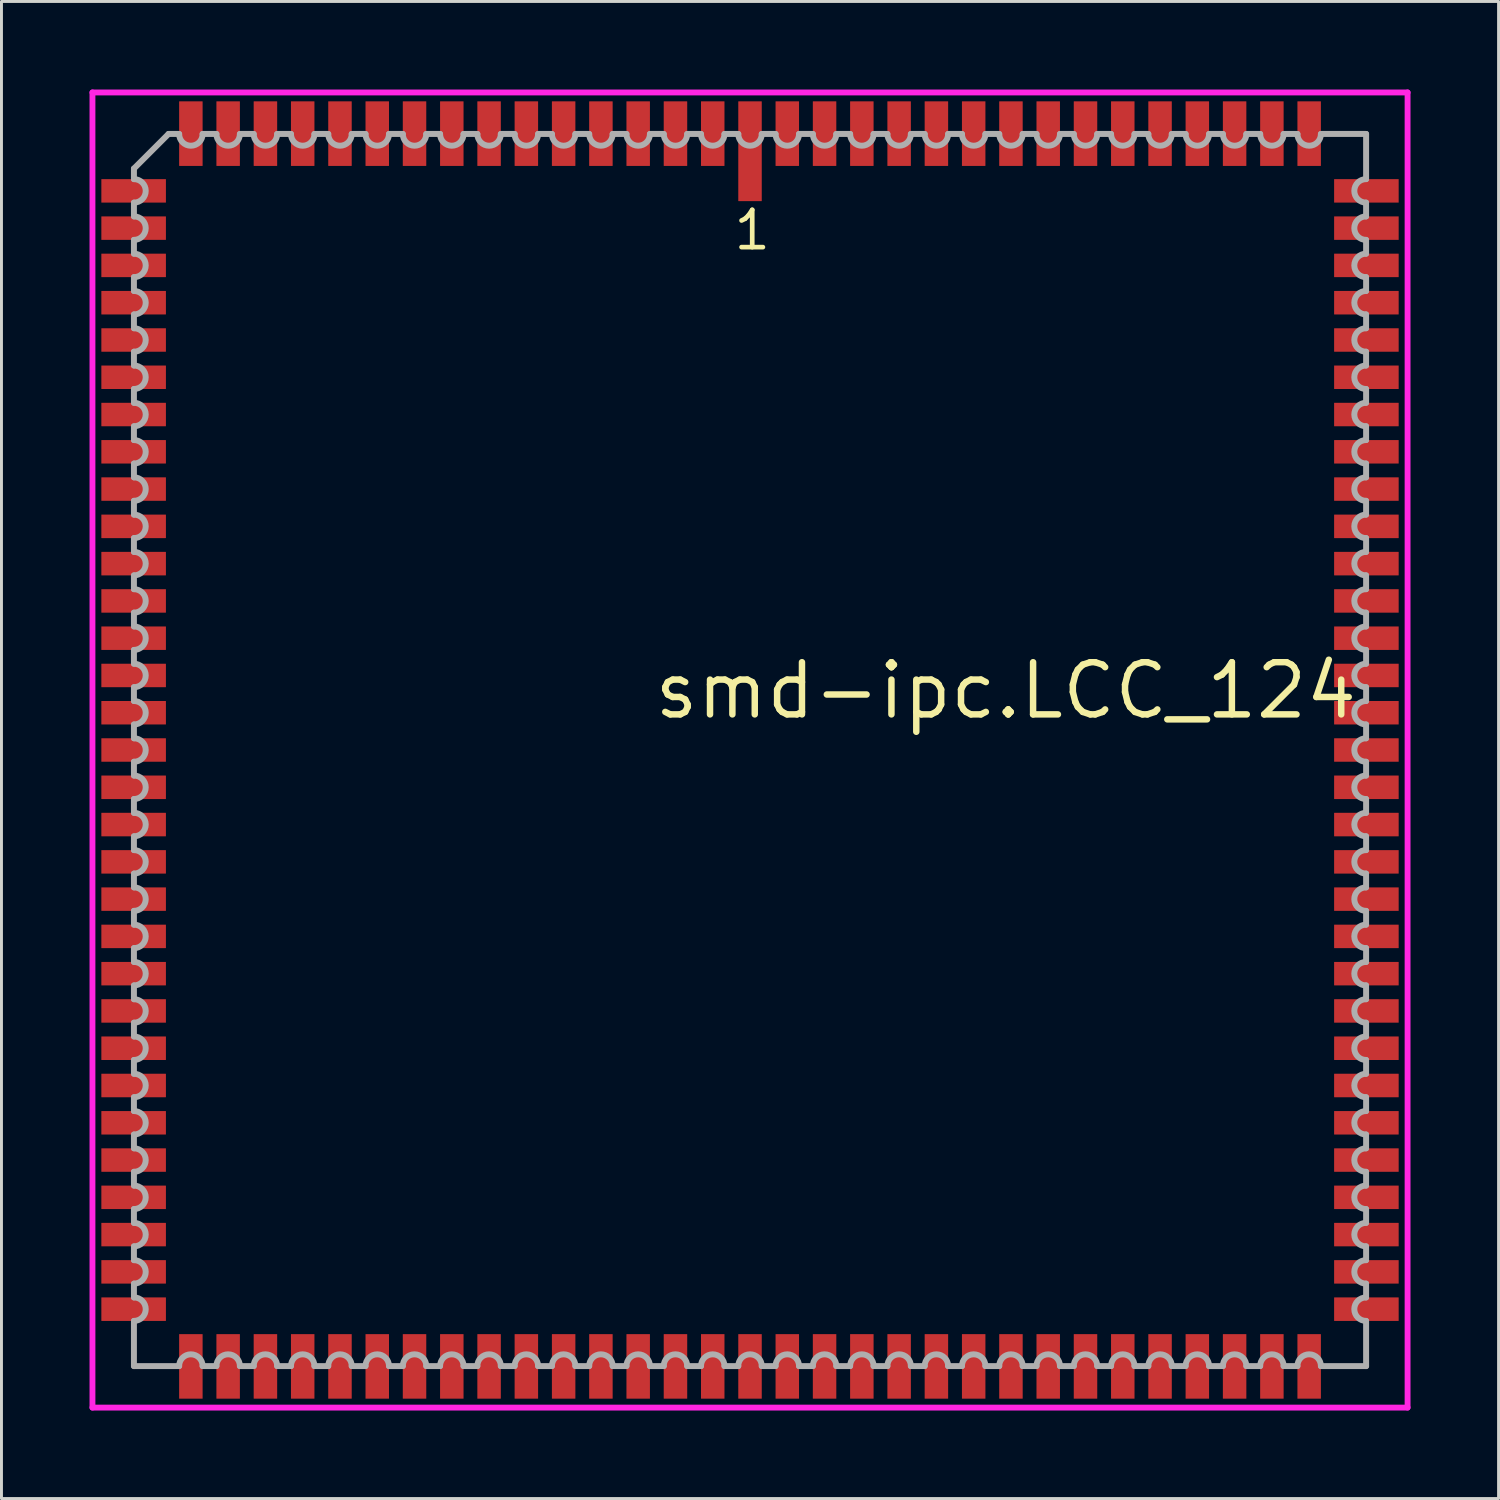
<source format=kicad_pcb>
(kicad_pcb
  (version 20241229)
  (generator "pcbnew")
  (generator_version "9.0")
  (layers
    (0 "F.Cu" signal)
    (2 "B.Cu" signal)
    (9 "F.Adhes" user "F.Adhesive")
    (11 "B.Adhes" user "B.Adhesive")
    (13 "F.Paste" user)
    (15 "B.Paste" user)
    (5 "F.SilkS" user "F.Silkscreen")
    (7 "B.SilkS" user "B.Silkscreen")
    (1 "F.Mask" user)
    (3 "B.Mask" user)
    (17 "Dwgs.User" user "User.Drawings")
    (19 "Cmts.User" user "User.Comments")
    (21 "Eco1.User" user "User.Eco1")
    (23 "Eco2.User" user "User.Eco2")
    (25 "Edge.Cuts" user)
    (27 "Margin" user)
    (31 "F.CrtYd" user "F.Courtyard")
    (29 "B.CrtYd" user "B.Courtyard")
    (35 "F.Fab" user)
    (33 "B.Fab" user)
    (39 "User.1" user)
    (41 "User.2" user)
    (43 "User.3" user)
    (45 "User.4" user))
  (footprint "smd-ipc.LCC_124"
    (layer "F.Cu")
    (at 22.503 22.503)
    (property "Reference" "smd-ipc.LCC_124" (at -3.37 -0.985 0) (layer "F.SilkS") (effects (font (size 1.778 1.778) (thickness 0.22)) (justify left bottom)))
    (attr smd)
    (fp_line (start -22.403 -22.403) (end 22.403 -22.403) (stroke (width 0.2) (type default)) (layer "F.CrtYd"))
    (fp_line (start -22.403 22.403) (end -22.403 -22.403) (stroke (width 0.2) (type default)) (layer "F.CrtYd"))
    (fp_line (start 22.403 -22.403) (end 22.403 22.403) (stroke (width 0.2) (type default)) (layer "F.CrtYd"))
    (fp_line (start 22.403 22.403) (end -22.403 22.403) (stroke (width 0.2) (type default)) (layer "F.CrtYd"))
    (fp_line (start -20.99 -19.81) (end -20.99 -19.45) (stroke (width 0.203) (type default)) (layer "F.Fab"))
    (fp_line (start -20.99 -18.65) (end -20.99 -18.18) (stroke (width 0.203) (type default)) (layer "F.Fab"))
    (fp_line (start -20.99 -17.38) (end -20.99 -16.91) (stroke (width 0.203) (type default)) (layer "F.Fab"))
    (fp_line (start -20.99 -16.11) (end -20.99 -15.64) (stroke (width 0.203) (type default)) (layer "F.Fab"))
    (fp_line (start -20.99 -14.84) (end -20.99 -14.37) (stroke (width 0.203) (type default)) (layer "F.Fab"))
    (fp_line (start -20.99 -13.57) (end -20.99 -13.1) (stroke (width 0.203) (type default)) (layer "F.Fab"))
    (fp_line (start -20.99 -12.3) (end -20.99 -11.83) (stroke (width 0.203) (type default)) (layer "F.Fab"))
    (fp_line (start -20.99 -11.03) (end -20.99 -10.56) (stroke (width 0.203) (type default)) (layer "F.Fab"))
    (fp_line (start -20.99 -9.76) (end -20.99 -9.29) (stroke (width 0.203) (type default)) (layer "F.Fab"))
    (fp_line (start -20.99 -8.49) (end -20.99 -8.02) (stroke (width 0.203) (type default)) (layer "F.Fab"))
    (fp_line (start -20.99 -7.22) (end -20.99 -6.75) (stroke (width 0.203) (type default)) (layer "F.Fab"))
    (fp_line (start -20.99 -5.95) (end -20.99 -5.48) (stroke (width 0.203) (type default)) (layer "F.Fab"))
    (fp_line (start -20.99 -4.68) (end -20.99 -4.21) (stroke (width 0.203) (type default)) (layer "F.Fab"))
    (fp_line (start -20.99 -3.41) (end -20.99 -2.94) (stroke (width 0.203) (type default)) (layer "F.Fab"))
    (fp_line (start -20.99 -2.14) (end -20.99 -1.67) (stroke (width 0.203) (type default)) (layer "F.Fab"))
    (fp_line (start -20.99 -0.87) (end -20.99 -0.4) (stroke (width 0.203) (type default)) (layer "F.Fab"))
    (fp_line (start -20.99 0.4) (end -20.99 0.87) (stroke (width 0.203) (type default)) (layer "F.Fab"))
    (fp_line (start -20.99 1.67) (end -20.99 2.14) (stroke (width 0.203) (type default)) (layer "F.Fab"))
    (fp_line (start -20.99 2.94) (end -20.99 3.41) (stroke (width 0.203) (type default)) (layer "F.Fab"))
    (fp_line (start -20.99 4.21) (end -20.99 4.68) (stroke (width 0.203) (type default)) (layer "F.Fab"))
    (fp_line (start -20.99 5.48) (end -20.99 5.95) (stroke (width 0.203) (type default)) (layer "F.Fab"))
    (fp_line (start -20.99 6.75) (end -20.99 7.22) (stroke (width 0.203) (type default)) (layer "F.Fab"))
    (fp_line (start -20.99 8.02) (end -20.99 8.49) (stroke (width 0.203) (type default)) (layer "F.Fab"))
    (fp_line (start -20.99 9.29) (end -20.99 9.76) (stroke (width 0.203) (type default)) (layer "F.Fab"))
    (fp_line (start -20.99 10.56) (end -20.99 11.03) (stroke (width 0.203) (type default)) (layer "F.Fab"))
    (fp_line (start -20.99 11.83) (end -20.99 12.3) (stroke (width 0.203) (type default)) (layer "F.Fab"))
    (fp_line (start -20.99 13.1) (end -20.99 13.57) (stroke (width 0.203) (type default)) (layer "F.Fab"))
    (fp_line (start -20.99 14.37) (end -20.99 14.84) (stroke (width 0.203) (type default)) (layer "F.Fab"))
    (fp_line (start -20.99 15.64) (end -20.99 16.11) (stroke (width 0.203) (type default)) (layer "F.Fab"))
    (fp_line (start -20.99 16.91) (end -20.99 17.38) (stroke (width 0.203) (type default)) (layer "F.Fab"))
    (fp_line (start -20.99 18.18) (end -20.99 18.65) (stroke (width 0.203) (type default)) (layer "F.Fab"))
    (fp_line (start -20.99 19.45) (end -20.99 20.99) (stroke (width 0.203) (type default)) (layer "F.Fab"))
    (fp_line (start -20.99 20.99) (end -19.45 20.99) (stroke (width 0.203) (type default)) (layer "F.Fab"))
    (fp_line (start -19.81 -20.99) (end -20.99 -19.81) (stroke (width 0.203) (type default)) (layer "F.Fab"))
    (fp_line (start -19.45 -20.99) (end -19.81 -20.99) (stroke (width 0.203) (type default)) (layer "F.Fab"))
    (fp_line (start -18.65 20.99) (end -18.18 20.99) (stroke (width 0.203) (type default)) (layer "F.Fab"))
    (fp_line (start -18.18 -20.99) (end -18.65 -20.99) (stroke (width 0.203) (type default)) (layer "F.Fab"))
    (fp_line (start -17.38 20.99) (end -16.91 20.99) (stroke (width 0.203) (type default)) (layer "F.Fab"))
    (fp_line (start -16.91 -20.99) (end -17.38 -20.99) (stroke (width 0.203) (type default)) (layer "F.Fab"))
    (fp_line (start -16.11 20.99) (end -15.64 20.99) (stroke (width 0.203) (type default)) (layer "F.Fab"))
    (fp_line (start -15.64 -20.99) (end -16.11 -20.99) (stroke (width 0.203) (type default)) (layer "F.Fab"))
    (fp_line (start -14.84 20.99) (end -14.37 20.99) (stroke (width 0.203) (type default)) (layer "F.Fab"))
    (fp_line (start -14.37 -20.99) (end -14.84 -20.99) (stroke (width 0.203) (type default)) (layer "F.Fab"))
    (fp_line (start -13.57 20.99) (end -13.1 20.99) (stroke (width 0.203) (type default)) (layer "F.Fab"))
    (fp_line (start -13.1 -20.99) (end -13.57 -20.99) (stroke (width 0.203) (type default)) (layer "F.Fab"))
    (fp_line (start -12.3 20.99) (end -11.83 20.99) (stroke (width 0.203) (type default)) (layer "F.Fab"))
    (fp_line (start -11.83 -20.99) (end -12.3 -20.99) (stroke (width 0.203) (type default)) (layer "F.Fab"))
    (fp_line (start -11.03 20.99) (end -10.56 20.99) (stroke (width 0.203) (type default)) (layer "F.Fab"))
    (fp_line (start -10.56 -20.99) (end -11.03 -20.99) (stroke (width 0.203) (type default)) (layer "F.Fab"))
    (fp_line (start -9.76 20.99) (end -9.29 20.99) (stroke (width 0.203) (type default)) (layer "F.Fab"))
    (fp_line (start -9.29 -20.99) (end -9.76 -20.99) (stroke (width 0.203) (type default)) (layer "F.Fab"))
    (fp_line (start -8.49 20.99) (end -8.02 20.99) (stroke (width 0.203) (type default)) (layer "F.Fab"))
    (fp_line (start -8.02 -20.99) (end -8.49 -20.99) (stroke (width 0.203) (type default)) (layer "F.Fab"))
    (fp_line (start -7.22 20.99) (end -6.75 20.99) (stroke (width 0.203) (type default)) (layer "F.Fab"))
    (fp_line (start -6.75 -20.99) (end -7.22 -20.99) (stroke (width 0.203) (type default)) (layer "F.Fab"))
    (fp_line (start -5.95 20.99) (end -5.48 20.99) (stroke (width 0.203) (type default)) (layer "F.Fab"))
    (fp_line (start -5.48 -20.99) (end -5.95 -20.99) (stroke (width 0.203) (type default)) (layer "F.Fab"))
    (fp_line (start -4.68 20.99) (end -4.21 20.99) (stroke (width 0.203) (type default)) (layer "F.Fab"))
    (fp_line (start -4.21 -20.99) (end -4.68 -20.99) (stroke (width 0.203) (type default)) (layer "F.Fab"))
    (fp_line (start -3.41 20.99) (end -2.94 20.99) (stroke (width 0.203) (type default)) (layer "F.Fab"))
    (fp_line (start -2.94 -20.99) (end -3.41 -20.99) (stroke (width 0.203) (type default)) (layer "F.Fab"))
    (fp_line (start -2.14 20.99) (end -1.67 20.99) (stroke (width 0.203) (type default)) (layer "F.Fab"))
    (fp_line (start -1.67 -20.99) (end -2.14 -20.99) (stroke (width 0.203) (type default)) (layer "F.Fab"))
    (fp_line (start -0.87 20.99) (end -0.4 20.99) (stroke (width 0.203) (type default)) (layer "F.Fab"))
    (fp_line (start -0.4 -20.99) (end -0.87 -20.99) (stroke (width 0.203) (type default)) (layer "F.Fab"))
    (fp_line (start 0.4 20.99) (end 0.87 20.99) (stroke (width 0.203) (type default)) (layer "F.Fab"))
    (fp_line (start 0.87 -20.99) (end 0.4 -20.99) (stroke (width 0.203) (type default)) (layer "F.Fab"))
    (fp_line (start 1.67 20.99) (end 2.14 20.99) (stroke (width 0.203) (type default)) (layer "F.Fab"))
    (fp_line (start 2.14 -20.99) (end 1.67 -20.99) (stroke (width 0.203) (type default)) (layer "F.Fab"))
    (fp_line (start 2.94 20.99) (end 3.41 20.99) (stroke (width 0.203) (type default)) (layer "F.Fab"))
    (fp_line (start 3.41 -20.99) (end 2.94 -20.99) (stroke (width 0.203) (type default)) (layer "F.Fab"))
    (fp_line (start 4.21 20.99) (end 4.68 20.99) (stroke (width 0.203) (type default)) (layer "F.Fab"))
    (fp_line (start 4.68 -20.99) (end 4.21 -20.99) (stroke (width 0.203) (type default)) (layer "F.Fab"))
    (fp_line (start 5.48 20.99) (end 5.95 20.99) (stroke (width 0.203) (type default)) (layer "F.Fab"))
    (fp_line (start 5.95 -20.99) (end 5.48 -20.99) (stroke (width 0.203) (type default)) (layer "F.Fab"))
    (fp_line (start 6.75 20.99) (end 7.22 20.99) (stroke (width 0.203) (type default)) (layer "F.Fab"))
    (fp_line (start 7.22 -20.99) (end 6.75 -20.99) (stroke (width 0.203) (type default)) (layer "F.Fab"))
    (fp_line (start 8.02 20.99) (end 8.49 20.99) (stroke (width 0.203) (type default)) (layer "F.Fab"))
    (fp_line (start 8.49 -20.99) (end 8.02 -20.99) (stroke (width 0.203) (type default)) (layer "F.Fab"))
    (fp_line (start 9.29 20.99) (end 9.76 20.99) (stroke (width 0.203) (type default)) (layer "F.Fab"))
    (fp_line (start 9.76 -20.99) (end 9.29 -20.99) (stroke (width 0.203) (type default)) (layer "F.Fab"))
    (fp_line (start 10.56 20.99) (end 11.03 20.99) (stroke (width 0.203) (type default)) (layer "F.Fab"))
    (fp_line (start 11.03 -20.99) (end 10.56 -20.99) (stroke (width 0.203) (type default)) (layer "F.Fab"))
    (fp_line (start 11.83 20.99) (end 12.3 20.99) (stroke (width 0.203) (type default)) (layer "F.Fab"))
    (fp_line (start 12.3 -20.99) (end 11.83 -20.99) (stroke (width 0.203) (type default)) (layer "F.Fab"))
    (fp_line (start 13.1 20.99) (end 13.57 20.99) (stroke (width 0.203) (type default)) (layer "F.Fab"))
    (fp_line (start 13.57 -20.99) (end 13.1 -20.99) (stroke (width 0.203) (type default)) (layer "F.Fab"))
    (fp_line (start 14.37 20.99) (end 14.84 20.99) (stroke (width 0.203) (type default)) (layer "F.Fab"))
    (fp_line (start 14.84 -20.99) (end 14.37 -20.99) (stroke (width 0.203) (type default)) (layer "F.Fab"))
    (fp_line (start 15.64 20.99) (end 16.11 20.99) (stroke (width 0.203) (type default)) (layer "F.Fab"))
    (fp_line (start 16.11 -20.99) (end 15.64 -20.99) (stroke (width 0.203) (type default)) (layer "F.Fab"))
    (fp_line (start 16.91 20.99) (end 17.38 20.99) (stroke (width 0.203) (type default)) (layer "F.Fab"))
    (fp_line (start 17.38 -20.99) (end 16.91 -20.99) (stroke (width 0.203) (type default)) (layer "F.Fab"))
    (fp_line (start 18.18 20.99) (end 18.65 20.99) (stroke (width 0.203) (type default)) (layer "F.Fab"))
    (fp_line (start 18.65 -20.99) (end 18.18 -20.99) (stroke (width 0.203) (type default)) (layer "F.Fab"))
    (fp_line (start 19.45 20.99) (end 20.99 20.99) (stroke (width 0.203) (type default)) (layer "F.Fab"))
    (fp_line (start 20.99 -20.99) (end 19.45 -20.99) (stroke (width 0.203) (type default)) (layer "F.Fab"))
    (fp_line (start 20.99 -19.45) (end 20.99 -20.99) (stroke (width 0.203) (type default)) (layer "F.Fab"))
    (fp_line (start 20.99 -18.18) (end 20.99 -18.65) (stroke (width 0.203) (type default)) (layer "F.Fab"))
    (fp_line (start 20.99 -16.91) (end 20.99 -17.38) (stroke (width 0.203) (type default)) (layer "F.Fab"))
    (fp_line (start 20.99 -15.64) (end 20.99 -16.11) (stroke (width 0.203) (type default)) (layer "F.Fab"))
    (fp_line (start 20.99 -14.37) (end 20.99 -14.84) (stroke (width 0.203) (type default)) (layer "F.Fab"))
    (fp_line (start 20.99 -13.1) (end 20.99 -13.57) (stroke (width 0.203) (type default)) (layer "F.Fab"))
    (fp_line (start 20.99 -11.83) (end 20.99 -12.3) (stroke (width 0.203) (type default)) (layer "F.Fab"))
    (fp_line (start 20.99 -10.56) (end 20.99 -11.03) (stroke (width 0.203) (type default)) (layer "F.Fab"))
    (fp_line (start 20.99 -9.29) (end 20.99 -9.76) (stroke (width 0.203) (type default)) (layer "F.Fab"))
    (fp_line (start 20.99 -8.02) (end 20.99 -8.49) (stroke (width 0.203) (type default)) (layer "F.Fab"))
    (fp_line (start 20.99 -6.75) (end 20.99 -7.22) (stroke (width 0.203) (type default)) (layer "F.Fab"))
    (fp_line (start 20.99 -5.48) (end 20.99 -5.95) (stroke (width 0.203) (type default)) (layer "F.Fab"))
    (fp_line (start 20.99 -4.21) (end 20.99 -4.68) (stroke (width 0.203) (type default)) (layer "F.Fab"))
    (fp_line (start 20.99 -2.94) (end 20.99 -3.41) (stroke (width 0.203) (type default)) (layer "F.Fab"))
    (fp_line (start 20.99 -1.67) (end 20.99 -2.14) (stroke (width 0.203) (type default)) (layer "F.Fab"))
    (fp_line (start 20.99 -0.4) (end 20.99 -0.87) (stroke (width 0.203) (type default)) (layer "F.Fab"))
    (fp_line (start 20.99 0.87) (end 20.99 0.4) (stroke (width 0.203) (type default)) (layer "F.Fab"))
    (fp_line (start 20.99 2.14) (end 20.99 1.67) (stroke (width 0.203) (type default)) (layer "F.Fab"))
    (fp_line (start 20.99 3.41) (end 20.99 2.94) (stroke (width 0.203) (type default)) (layer "F.Fab"))
    (fp_line (start 20.99 4.68) (end 20.99 4.21) (stroke (width 0.203) (type default)) (layer "F.Fab"))
    (fp_line (start 20.99 5.95) (end 20.99 5.48) (stroke (width 0.203) (type default)) (layer "F.Fab"))
    (fp_line (start 20.99 7.22) (end 20.99 6.75) (stroke (width 0.203) (type default)) (layer "F.Fab"))
    (fp_line (start 20.99 8.49) (end 20.99 8.02) (stroke (width 0.203) (type default)) (layer "F.Fab"))
    (fp_line (start 20.99 9.76) (end 20.99 9.29) (stroke (width 0.203) (type default)) (layer "F.Fab"))
    (fp_line (start 20.99 11.03) (end 20.99 10.56) (stroke (width 0.203) (type default)) (layer "F.Fab"))
    (fp_line (start 20.99 12.3) (end 20.99 11.83) (stroke (width 0.203) (type default)) (layer "F.Fab"))
    (fp_line (start 20.99 13.57) (end 20.99 13.1) (stroke (width 0.203) (type default)) (layer "F.Fab"))
    (fp_line (start 20.99 14.84) (end 20.99 14.37) (stroke (width 0.203) (type default)) (layer "F.Fab"))
    (fp_line (start 20.99 16.11) (end 20.99 15.64) (stroke (width 0.203) (type default)) (layer "F.Fab"))
    (fp_line (start 20.99 17.38) (end 20.99 16.91) (stroke (width 0.203) (type default)) (layer "F.Fab"))
    (fp_line (start 20.99 18.65) (end 20.99 18.18) (stroke (width 0.203) (type default)) (layer "F.Fab"))
    (fp_line (start 20.99 20.99) (end 20.99 19.45) (stroke (width 0.203) (type default)) (layer "F.Fab"))
    (fp_arc (start -20.9883 -19.45) (mid -20.5883 -19.05) (end -20.9883 -18.65) (stroke (width 0.2032) (type default)) (layer "F.Fab"))
    (fp_arc (start -20.9883 -18.18) (mid -20.5883 -17.78) (end -20.9883 -17.38) (stroke (width 0.2032) (type default)) (layer "F.Fab"))
    (fp_arc (start -20.9883 -16.91) (mid -20.5883 -16.51) (end -20.9883 -16.11) (stroke (width 0.2032) (type default)) (layer "F.Fab"))
    (fp_arc (start -20.9883 -15.64) (mid -20.5883 -15.24) (end -20.9883 -14.84) (stroke (width 0.2032) (type default)) (layer "F.Fab"))
    (fp_arc (start -20.9883 -14.37) (mid -20.5883 -13.97) (end -20.9883 -13.57) (stroke (width 0.2032) (type default)) (layer "F.Fab"))
    (fp_arc (start -20.9883 -13.1) (mid -20.5883 -12.7) (end -20.9883 -12.3) (stroke (width 0.2032) (type default)) (layer "F.Fab"))
    (fp_arc (start -20.9883 -11.83) (mid -20.5883 -11.43) (end -20.9883 -11.03) (stroke (width 0.2032) (type default)) (layer "F.Fab"))
    (fp_arc (start -20.9883 -10.56) (mid -20.5883 -10.16) (end -20.9883 -9.76) (stroke (width 0.2032) (type default)) (layer "F.Fab"))
    (fp_arc (start -20.9883 -9.29) (mid -20.5883 -8.89) (end -20.9883 -8.49) (stroke (width 0.2032) (type default)) (layer "F.Fab"))
    (fp_arc (start -20.9883 -8.02) (mid -20.5883 -7.62) (end -20.9883 -7.22) (stroke (width 0.2032) (type default)) (layer "F.Fab"))
    (fp_arc (start -20.9883 -6.75) (mid -20.5883 -6.35) (end -20.9883 -5.95) (stroke (width 0.2032) (type default)) (layer "F.Fab"))
    (fp_arc (start -20.9883 -5.48) (mid -20.5883 -5.08) (end -20.9883 -4.68) (stroke (width 0.2032) (type default)) (layer "F.Fab"))
    (fp_arc (start -20.9883 -4.21) (mid -20.5883 -3.81) (end -20.9883 -3.41) (stroke (width 0.2032) (type default)) (layer "F.Fab"))
    (fp_arc (start -20.9883 -2.94) (mid -20.5883 -2.54) (end -20.9883 -2.14) (stroke (width 0.2032) (type default)) (layer "F.Fab"))
    (fp_arc (start -20.9883 -1.67) (mid -20.5883 -1.27) (end -20.9883 -0.87) (stroke (width 0.2032) (type default)) (layer "F.Fab"))
    (fp_arc (start -20.9883 -0.4001) (mid -20.5882 0) (end -20.9883 0.4001) (stroke (width 0.2032) (type default)) (layer "F.Fab"))
    (fp_arc (start -20.9883 0.8699) (mid -20.5882 1.27) (end -20.9883 1.6701) (stroke (width 0.2032) (type default)) (layer "F.Fab"))
    (fp_arc (start -20.9883 2.1399) (mid -20.5882 2.54) (end -20.9883 2.9401) (stroke (width 0.2032) (type default)) (layer "F.Fab"))
    (fp_arc (start -20.9883 3.4099) (mid -20.5882 3.81) (end -20.9883 4.2101) (stroke (width 0.2032) (type default)) (layer "F.Fab"))
    (fp_arc (start -20.9883 4.6799) (mid -20.5882 5.08) (end -20.9883 5.4801) (stroke (width 0.2032) (type default)) (layer "F.Fab"))
    (fp_arc (start -20.9883 5.9499) (mid -20.5882 6.35) (end -20.9883 6.7501) (stroke (width 0.2032) (type default)) (layer "F.Fab"))
    (fp_arc (start -20.9883 7.2199) (mid -20.5882 7.62) (end -20.9883 8.0201) (stroke (width 0.2032) (type default)) (layer "F.Fab"))
    (fp_arc (start -20.9883 8.4899) (mid -20.5882 8.89) (end -20.9883 9.2901) (stroke (width 0.2032) (type default)) (layer "F.Fab"))
    (fp_arc (start -20.9883 9.7599) (mid -20.5882 10.16) (end -20.9883 10.5601) (stroke (width 0.2032) (type default)) (layer "F.Fab"))
    (fp_arc (start -20.9883 11.0299) (mid -20.5882 11.43) (end -20.9883 11.8301) (stroke (width 0.2032) (type default)) (layer "F.Fab"))
    (fp_arc (start -20.9883 12.2999) (mid -20.5882 12.7) (end -20.9883 13.1001) (stroke (width 0.2032) (type default)) (layer "F.Fab"))
    (fp_arc (start -20.9883 13.5699) (mid -20.5882 13.97) (end -20.9883 14.3701) (stroke (width 0.2032) (type default)) (layer "F.Fab"))
    (fp_arc (start -20.9883 14.8399) (mid -20.5882 15.24) (end -20.9883 15.6401) (stroke (width 0.2032) (type default)) (layer "F.Fab"))
    (fp_arc (start -20.9883 16.1099) (mid -20.5882 16.51) (end -20.9883 16.9101) (stroke (width 0.2032) (type default)) (layer "F.Fab"))
    (fp_arc (start -20.9883 17.3799) (mid -20.5882 17.78) (end -20.9883 18.1801) (stroke (width 0.2032) (type default)) (layer "F.Fab"))
    (fp_arc (start -20.9883 18.6499) (mid -20.5882 19.05) (end -20.9883 19.4501) (stroke (width 0.2032) (type default)) (layer "F.Fab"))
    (fp_arc (start -19.4501 20.9883) (mid -19.05 20.5882) (end -18.6499 20.9883) (stroke (width 0.2032) (type default)) (layer "F.Fab"))
    (fp_arc (start -18.6499 -20.9883) (mid -19.05 -20.5882) (end -19.4501 -20.9883) (stroke (width 0.2032) (type default)) (layer "F.Fab"))
    (fp_arc (start -18.1801 20.9883) (mid -17.78 20.5882) (end -17.3799 20.9883) (stroke (width 0.2032) (type default)) (layer "F.Fab"))
    (fp_arc (start -17.3799 -20.9883) (mid -17.78 -20.5882) (end -18.1801 -20.9883) (stroke (width 0.2032) (type default)) (layer "F.Fab"))
    (fp_arc (start -16.9101 20.9883) (mid -16.51 20.5882) (end -16.1099 20.9883) (stroke (width 0.2032) (type default)) (layer "F.Fab"))
    (fp_arc (start -16.1099 -20.9883) (mid -16.51 -20.5882) (end -16.9101 -20.9883) (stroke (width 0.2032) (type default)) (layer "F.Fab"))
    (fp_arc (start -15.6401 20.9883) (mid -15.24 20.5882) (end -14.8399 20.9883) (stroke (width 0.2032) (type default)) (layer "F.Fab"))
    (fp_arc (start -14.8399 -20.9883) (mid -15.24 -20.5882) (end -15.6401 -20.9883) (stroke (width 0.2032) (type default)) (layer "F.Fab"))
    (fp_arc (start -14.3701 20.9883) (mid -13.97 20.5882) (end -13.5699 20.9883) (stroke (width 0.2032) (type default)) (layer "F.Fab"))
    (fp_arc (start -13.5699 -20.9883) (mid -13.97 -20.5882) (end -14.3701 -20.9883) (stroke (width 0.2032) (type default)) (layer "F.Fab"))
    (fp_arc (start -13.1001 20.9883) (mid -12.7 20.5882) (end -12.2999 20.9883) (stroke (width 0.2032) (type default)) (layer "F.Fab"))
    (fp_arc (start -12.2999 -20.9883) (mid -12.7 -20.5882) (end -13.1001 -20.9883) (stroke (width 0.2032) (type default)) (layer "F.Fab"))
    (fp_arc (start -11.8301 20.9883) (mid -11.43 20.5882) (end -11.0299 20.9883) (stroke (width 0.2032) (type default)) (layer "F.Fab"))
    (fp_arc (start -11.0299 -20.9883) (mid -11.43 -20.5882) (end -11.8301 -20.9883) (stroke (width 0.2032) (type default)) (layer "F.Fab"))
    (fp_arc (start -10.5601 20.9883) (mid -10.16 20.5882) (end -9.7599 20.9883) (stroke (width 0.2032) (type default)) (layer "F.Fab"))
    (fp_arc (start -9.7599 -20.9883) (mid -10.16 -20.5882) (end -10.5601 -20.9883) (stroke (width 0.2032) (type default)) (layer "F.Fab"))
    (fp_arc (start -9.2901 20.9883) (mid -8.89 20.5882) (end -8.4899 20.9883) (stroke (width 0.2032) (type default)) (layer "F.Fab"))
    (fp_arc (start -8.4899 -20.9883) (mid -8.89 -20.5882) (end -9.2901 -20.9883) (stroke (width 0.2032) (type default)) (layer "F.Fab"))
    (fp_arc (start -8.0201 20.9883) (mid -7.62 20.5882) (end -7.2199 20.9883) (stroke (width 0.2032) (type default)) (layer "F.Fab"))
    (fp_arc (start -7.2199 -20.9883) (mid -7.62 -20.5882) (end -8.0201 -20.9883) (stroke (width 0.2032) (type default)) (layer "F.Fab"))
    (fp_arc (start -6.7501 20.9883) (mid -6.35 20.5882) (end -5.9499 20.9883) (stroke (width 0.2032) (type default)) (layer "F.Fab"))
    (fp_arc (start -5.9499 -20.9883) (mid -6.35 -20.5882) (end -6.7501 -20.9883) (stroke (width 0.2032) (type default)) (layer "F.Fab"))
    (fp_arc (start -5.4801 20.9883) (mid -5.08 20.5882) (end -4.6799 20.9883) (stroke (width 0.2032) (type default)) (layer "F.Fab"))
    (fp_arc (start -4.6799 -20.9883) (mid -5.08 -20.5882) (end -5.4801 -20.9883) (stroke (width 0.2032) (type default)) (layer "F.Fab"))
    (fp_arc (start -4.2101 20.9883) (mid -3.81 20.5882) (end -3.4099 20.9883) (stroke (width 0.2032) (type default)) (layer "F.Fab"))
    (fp_arc (start -3.4099 -20.9883) (mid -3.81 -20.5882) (end -4.2101 -20.9883) (stroke (width 0.2032) (type default)) (layer "F.Fab"))
    (fp_arc (start -2.9401 20.9883) (mid -2.54 20.5882) (end -2.1399 20.9883) (stroke (width 0.2032) (type default)) (layer "F.Fab"))
    (fp_arc (start -2.1399 -20.9883) (mid -2.54 -20.5882) (end -2.9401 -20.9883) (stroke (width 0.2032) (type default)) (layer "F.Fab"))
    (fp_arc (start -1.6701 20.9883) (mid -1.27 20.5882) (end -0.8699 20.9883) (stroke (width 0.2032) (type default)) (layer "F.Fab"))
    (fp_arc (start -0.8699 -20.9883) (mid -1.27 -20.5882) (end -1.6701 -20.9883) (stroke (width 0.2032) (type default)) (layer "F.Fab"))
    (fp_arc (start -0.4001 20.9883) (mid 0 20.5882) (end 0.4001 20.9883) (stroke (width 0.2032) (type default)) (layer "F.Fab"))
    (fp_arc (start 0.4001 -20.9883) (mid 0 -20.5882) (end -0.4001 -20.9883) (stroke (width 0.2032) (type default)) (layer "F.Fab"))
    (fp_arc (start 0.87 20.9883) (mid 1.27 20.5883) (end 1.67 20.9883) (stroke (width 0.2032) (type default)) (layer "F.Fab"))
    (fp_arc (start 1.67 -20.9883) (mid 1.27 -20.5883) (end 0.87 -20.9883) (stroke (width 0.2032) (type default)) (layer "F.Fab"))
    (fp_arc (start 2.14 20.9883) (mid 2.54 20.5883) (end 2.94 20.9883) (stroke (width 0.2032) (type default)) (layer "F.Fab"))
    (fp_arc (start 2.94 -20.9883) (mid 2.54 -20.5883) (end 2.14 -20.9883) (stroke (width 0.2032) (type default)) (layer "F.Fab"))
    (fp_arc (start 3.41 20.9883) (mid 3.81 20.5883) (end 4.21 20.9883) (stroke (width 0.2032) (type default)) (layer "F.Fab"))
    (fp_arc (start 4.21 -20.9883) (mid 3.81 -20.5883) (end 3.41 -20.9883) (stroke (width 0.2032) (type default)) (layer "F.Fab"))
    (fp_arc (start 4.68 20.9883) (mid 5.08 20.5883) (end 5.48 20.9883) (stroke (width 0.2032) (type default)) (layer "F.Fab"))
    (fp_arc (start 5.48 -20.9883) (mid 5.08 -20.5883) (end 4.68 -20.9883) (stroke (width 0.2032) (type default)) (layer "F.Fab"))
    (fp_arc (start 5.95 20.9883) (mid 6.35 20.5883) (end 6.75 20.9883) (stroke (width 0.2032) (type default)) (layer "F.Fab"))
    (fp_arc (start 6.75 -20.9883) (mid 6.35 -20.5883) (end 5.95 -20.9883) (stroke (width 0.2032) (type default)) (layer "F.Fab"))
    (fp_arc (start 7.22 20.9883) (mid 7.62 20.5883) (end 8.02 20.9883) (stroke (width 0.2032) (type default)) (layer "F.Fab"))
    (fp_arc (start 8.02 -20.9883) (mid 7.62 -20.5883) (end 7.22 -20.9883) (stroke (width 0.2032) (type default)) (layer "F.Fab"))
    (fp_arc (start 8.49 20.9883) (mid 8.89 20.5883) (end 9.29 20.9883) (stroke (width 0.2032) (type default)) (layer "F.Fab"))
    (fp_arc (start 9.29 -20.9883) (mid 8.89 -20.5883) (end 8.49 -20.9883) (stroke (width 0.2032) (type default)) (layer "F.Fab"))
    (fp_arc (start 9.76 20.9883) (mid 10.16 20.5883) (end 10.56 20.9883) (stroke (width 0.2032) (type default)) (layer "F.Fab"))
    (fp_arc (start 10.56 -20.9883) (mid 10.16 -20.5883) (end 9.76 -20.9883) (stroke (width 0.2032) (type default)) (layer "F.Fab"))
    (fp_arc (start 11.03 20.9883) (mid 11.43 20.5883) (end 11.83 20.9883) (stroke (width 0.2032) (type default)) (layer "F.Fab"))
    (fp_arc (start 11.83 -20.9883) (mid 11.43 -20.5883) (end 11.03 -20.9883) (stroke (width 0.2032) (type default)) (layer "F.Fab"))
    (fp_arc (start 12.3 20.9883) (mid 12.7 20.5883) (end 13.1 20.9883) (stroke (width 0.2032) (type default)) (layer "F.Fab"))
    (fp_arc (start 13.1 -20.9883) (mid 12.7 -20.5883) (end 12.3 -20.9883) (stroke (width 0.2032) (type default)) (layer "F.Fab"))
    (fp_arc (start 13.57 20.9883) (mid 13.97 20.5883) (end 14.37 20.9883) (stroke (width 0.2032) (type default)) (layer "F.Fab"))
    (fp_arc (start 14.37 -20.9883) (mid 13.97 -20.5883) (end 13.57 -20.9883) (stroke (width 0.2032) (type default)) (layer "F.Fab"))
    (fp_arc (start 14.84 20.9883) (mid 15.24 20.5883) (end 15.64 20.9883) (stroke (width 0.2032) (type default)) (layer "F.Fab"))
    (fp_arc (start 15.64 -20.9883) (mid 15.24 -20.5883) (end 14.84 -20.9883) (stroke (width 0.2032) (type default)) (layer "F.Fab"))
    (fp_arc (start 16.11 20.9883) (mid 16.51 20.5883) (end 16.91 20.9883) (stroke (width 0.2032) (type default)) (layer "F.Fab"))
    (fp_arc (start 16.91 -20.9883) (mid 16.51 -20.5883) (end 16.11 -20.9883) (stroke (width 0.2032) (type default)) (layer "F.Fab"))
    (fp_arc (start 17.38 20.9883) (mid 17.78 20.5883) (end 18.18 20.9883) (stroke (width 0.2032) (type default)) (layer "F.Fab"))
    (fp_arc (start 18.18 -20.9883) (mid 17.78 -20.5883) (end 17.38 -20.9883) (stroke (width 0.2032) (type default)) (layer "F.Fab"))
    (fp_arc (start 18.65 20.9883) (mid 19.05 20.5883) (end 19.45 20.9883) (stroke (width 0.2032) (type default)) (layer "F.Fab"))
    (fp_arc (start 19.45 -20.9883) (mid 19.05 -20.5883) (end 18.65 -20.9883) (stroke (width 0.2032) (type default)) (layer "F.Fab"))
    (fp_arc (start 20.9883 -18.6499) (mid 20.5882 -19.05) (end 20.9883 -19.4501) (stroke (width 0.2032) (type default)) (layer "F.Fab"))
    (fp_arc (start 20.9883 -17.3799) (mid 20.5882 -17.78) (end 20.9883 -18.1801) (stroke (width 0.2032) (type default)) (layer "F.Fab"))
    (fp_arc (start 20.9883 -16.1099) (mid 20.5882 -16.51) (end 20.9883 -16.9101) (stroke (width 0.2032) (type default)) (layer "F.Fab"))
    (fp_arc (start 20.9883 -14.8399) (mid 20.5882 -15.24) (end 20.9883 -15.6401) (stroke (width 0.2032) (type default)) (layer "F.Fab"))
    (fp_arc (start 20.9883 -13.5699) (mid 20.5882 -13.97) (end 20.9883 -14.3701) (stroke (width 0.2032) (type default)) (layer "F.Fab"))
    (fp_arc (start 20.9883 -12.2999) (mid 20.5882 -12.7) (end 20.9883 -13.1001) (stroke (width 0.2032) (type default)) (layer "F.Fab"))
    (fp_arc (start 20.9883 -11.0299) (mid 20.5882 -11.43) (end 20.9883 -11.8301) (stroke (width 0.2032) (type default)) (layer "F.Fab"))
    (fp_arc (start 20.9883 -9.7599) (mid 20.5882 -10.16) (end 20.9883 -10.5601) (stroke (width 0.2032) (type default)) (layer "F.Fab"))
    (fp_arc (start 20.9883 -8.4899) (mid 20.5882 -8.89) (end 20.9883 -9.2901) (stroke (width 0.2032) (type default)) (layer "F.Fab"))
    (fp_arc (start 20.9883 -7.2199) (mid 20.5882 -7.62) (end 20.9883 -8.0201) (stroke (width 0.2032) (type default)) (layer "F.Fab"))
    (fp_arc (start 20.9883 -5.9499) (mid 20.5882 -6.35) (end 20.9883 -6.7501) (stroke (width 0.2032) (type default)) (layer "F.Fab"))
    (fp_arc (start 20.9883 -4.6799) (mid 20.5882 -5.08) (end 20.9883 -5.4801) (stroke (width 0.2032) (type default)) (layer "F.Fab"))
    (fp_arc (start 20.9883 -3.4099) (mid 20.5882 -3.81) (end 20.9883 -4.2101) (stroke (width 0.2032) (type default)) (layer "F.Fab"))
    (fp_arc (start 20.9883 -2.1399) (mid 20.5882 -2.54) (end 20.9883 -2.9401) (stroke (width 0.2032) (type default)) (layer "F.Fab"))
    (fp_arc (start 20.9883 -0.8699) (mid 20.5882 -1.27) (end 20.9883 -1.6701) (stroke (width 0.2032) (type default)) (layer "F.Fab"))
    (fp_arc (start 20.9883 0.4001) (mid 20.5882 0) (end 20.9883 -0.4001) (stroke (width 0.2032) (type default)) (layer "F.Fab"))
    (fp_arc (start 20.9883 1.67) (mid 20.5883 1.27) (end 20.9883 0.87) (stroke (width 0.2032) (type default)) (layer "F.Fab"))
    (fp_arc (start 20.9883 2.94) (mid 20.5883 2.54) (end 20.9883 2.14) (stroke (width 0.2032) (type default)) (layer "F.Fab"))
    (fp_arc (start 20.9883 4.21) (mid 20.5883 3.81) (end 20.9883 3.41) (stroke (width 0.2032) (type default)) (layer "F.Fab"))
    (fp_arc (start 20.9883 5.48) (mid 20.5883 5.08) (end 20.9883 4.68) (stroke (width 0.2032) (type default)) (layer "F.Fab"))
    (fp_arc (start 20.9883 6.7501) (mid 20.5882 6.35) (end 20.9883 5.9499) (stroke (width 0.2032) (type default)) (layer "F.Fab"))
    (fp_arc (start 20.9883 8.0201) (mid 20.5882 7.62) (end 20.9883 7.2199) (stroke (width 0.2032) (type default)) (layer "F.Fab"))
    (fp_arc (start 20.9883 9.2901) (mid 20.5882 8.89) (end 20.9883 8.4899) (stroke (width 0.2032) (type default)) (layer "F.Fab"))
    (fp_arc (start 20.9883 10.5601) (mid 20.5882 10.16) (end 20.9883 9.7599) (stroke (width 0.2032) (type default)) (layer "F.Fab"))
    (fp_arc (start 20.9883 11.83) (mid 20.5883 11.43) (end 20.9883 11.03) (stroke (width 0.2032) (type default)) (layer "F.Fab"))
    (fp_arc (start 20.9883 13.1) (mid 20.5883 12.7) (end 20.9883 12.3) (stroke (width 0.2032) (type default)) (layer "F.Fab"))
    (fp_arc (start 20.9883 14.37) (mid 20.5883 13.97) (end 20.9883 13.57) (stroke (width 0.2032) (type default)) (layer "F.Fab"))
    (fp_arc (start 20.9883 15.64) (mid 20.5883 15.24) (end 20.9883 14.84) (stroke (width 0.2032) (type default)) (layer "F.Fab"))
    (fp_arc (start 20.9883 16.91) (mid 20.5883 16.51) (end 20.9883 16.11) (stroke (width 0.2032) (type default)) (layer "F.Fab"))
    (fp_arc (start 20.9883 18.18) (mid 20.5883 17.78) (end 20.9883 17.38) (stroke (width 0.2032) (type default)) (layer "F.Fab"))
    (fp_arc (start 20.9883 19.45) (mid 20.5883 19.05) (end 20.9883 18.65) (stroke (width 0.2032) (type default)) (layer "F.Fab"))
    (fp_text user "1" (at -0.635 -16.97 0) (layer "F.SilkS") (effects (font (size 1.27 1.27) (thickness 0.16)) (justify left bottom)))
    (pad "1" smd roundrect (at 0 -20.4) (size 0.8 3.4) (layers "F.Cu" "F.Mask" "F.Paste") (roundrect_rratio 0.01))
    (pad "2" smd roundrect (at -1.27 -21) (size 0.8 2.2) (layers "F.Cu" "F.Mask" "F.Paste") (roundrect_rratio 0.01))
    (pad "3" smd roundrect (at -2.54 -21) (size 0.8 2.2) (layers "F.Cu" "F.Mask" "F.Paste") (roundrect_rratio 0.01))
    (pad "4" smd roundrect (at -3.81 -21) (size 0.8 2.2) (layers "F.Cu" "F.Mask" "F.Paste") (roundrect_rratio 0.01))
    (pad "5" smd roundrect (at -5.08 -21) (size 0.8 2.2) (layers "F.Cu" "F.Mask" "F.Paste") (roundrect_rratio 0.01))
    (pad "6" smd roundrect (at -6.35 -21) (size 0.8 2.2) (layers "F.Cu" "F.Mask" "F.Paste") (roundrect_rratio 0.01))
    (pad "7" smd roundrect (at -7.62 -21) (size 0.8 2.2) (layers "F.Cu" "F.Mask" "F.Paste") (roundrect_rratio 0.01))
    (pad "8" smd roundrect (at -8.89 -21) (size 0.8 2.2) (layers "F.Cu" "F.Mask" "F.Paste") (roundrect_rratio 0.01))
    (pad "9" smd roundrect (at -10.16 -21) (size 0.8 2.2) (layers "F.Cu" "F.Mask" "F.Paste") (roundrect_rratio 0.01))
    (pad "10" smd roundrect (at -11.43 -21) (size 0.8 2.2) (layers "F.Cu" "F.Mask" "F.Paste") (roundrect_rratio 0.01))
    (pad "11" smd roundrect (at -12.7 -21) (size 0.8 2.2) (layers "F.Cu" "F.Mask" "F.Paste") (roundrect_rratio 0.01))
    (pad "12" smd roundrect (at -13.97 -21) (size 0.8 2.2) (layers "F.Cu" "F.Mask" "F.Paste") (roundrect_rratio 0.01))
    (pad "13" smd roundrect (at -15.24 -21) (size 0.8 2.2) (layers "F.Cu" "F.Mask" "F.Paste") (roundrect_rratio 0.01))
    (pad "14" smd roundrect (at -16.51 -21) (size 0.8 2.2) (layers "F.Cu" "F.Mask" "F.Paste") (roundrect_rratio 0.01))
    (pad "15" smd roundrect (at -17.78 -21) (size 0.8 2.2) (layers "F.Cu" "F.Mask" "F.Paste") (roundrect_rratio 0.01))
    (pad "16" smd roundrect (at -19.05 -21) (size 0.8 2.2) (layers "F.Cu" "F.Mask" "F.Paste") (roundrect_rratio 0.01))
    (pad "17" smd roundrect (at -21 -19.05) (size 2.2 0.8) (layers "F.Cu" "F.Mask" "F.Paste") (roundrect_rratio 0.01))
    (pad "18" smd roundrect (at -21 -17.78) (size 2.2 0.8) (layers "F.Cu" "F.Mask" "F.Paste") (roundrect_rratio 0.01))
    (pad "19" smd roundrect (at -21 -16.51) (size 2.2 0.8) (layers "F.Cu" "F.Mask" "F.Paste") (roundrect_rratio 0.01))
    (pad "20" smd roundrect (at -21 -15.24) (size 2.2 0.8) (layers "F.Cu" "F.Mask" "F.Paste") (roundrect_rratio 0.01))
    (pad "21" smd roundrect (at -21 -13.97) (size 2.2 0.8) (layers "F.Cu" "F.Mask" "F.Paste") (roundrect_rratio 0.01))
    (pad "22" smd roundrect (at -21 -12.7) (size 2.2 0.8) (layers "F.Cu" "F.Mask" "F.Paste") (roundrect_rratio 0.01))
    (pad "23" smd roundrect (at -21 -11.43) (size 2.2 0.8) (layers "F.Cu" "F.Mask" "F.Paste") (roundrect_rratio 0.01))
    (pad "24" smd roundrect (at -21 -10.16) (size 2.2 0.8) (layers "F.Cu" "F.Mask" "F.Paste") (roundrect_rratio 0.01))
    (pad "25" smd roundrect (at -21 -8.89) (size 2.2 0.8) (layers "F.Cu" "F.Mask" "F.Paste") (roundrect_rratio 0.01))
    (pad "26" smd roundrect (at -21 -7.62) (size 2.2 0.8) (layers "F.Cu" "F.Mask" "F.Paste") (roundrect_rratio 0.01))
    (pad "27" smd roundrect (at -21 -6.35) (size 2.2 0.8) (layers "F.Cu" "F.Mask" "F.Paste") (roundrect_rratio 0.01))
    (pad "28" smd roundrect (at -21 -5.08) (size 2.2 0.8) (layers "F.Cu" "F.Mask" "F.Paste") (roundrect_rratio 0.01))
    (pad "29" smd roundrect (at -21 -3.81) (size 2.2 0.8) (layers "F.Cu" "F.Mask" "F.Paste") (roundrect_rratio 0.01))
    (pad "30" smd roundrect (at -21 -2.54) (size 2.2 0.8) (layers "F.Cu" "F.Mask" "F.Paste") (roundrect_rratio 0.01))
    (pad "31" smd roundrect (at -21 -1.27) (size 2.2 0.8) (layers "F.Cu" "F.Mask" "F.Paste") (roundrect_rratio 0.01))
    (pad "32" smd roundrect (at -21 0) (size 2.2 0.8) (layers "F.Cu" "F.Mask" "F.Paste") (roundrect_rratio 0.01))
    (pad "33" smd roundrect (at -21 1.27) (size 2.2 0.8) (layers "F.Cu" "F.Mask" "F.Paste") (roundrect_rratio 0.01))
    (pad "34" smd roundrect (at -21 2.54) (size 2.2 0.8) (layers "F.Cu" "F.Mask" "F.Paste") (roundrect_rratio 0.01))
    (pad "35" smd roundrect (at -21 3.81) (size 2.2 0.8) (layers "F.Cu" "F.Mask" "F.Paste") (roundrect_rratio 0.01))
    (pad "36" smd roundrect (at -21 5.08) (size 2.2 0.8) (layers "F.Cu" "F.Mask" "F.Paste") (roundrect_rratio 0.01))
    (pad "37" smd roundrect (at -21 6.35) (size 2.2 0.8) (layers "F.Cu" "F.Mask" "F.Paste") (roundrect_rratio 0.01))
    (pad "38" smd roundrect (at -21 7.62) (size 2.2 0.8) (layers "F.Cu" "F.Mask" "F.Paste") (roundrect_rratio 0.01))
    (pad "39" smd roundrect (at -21 8.89) (size 2.2 0.8) (layers "F.Cu" "F.Mask" "F.Paste") (roundrect_rratio 0.01))
    (pad "40" smd roundrect (at -21 10.16) (size 2.2 0.8) (layers "F.Cu" "F.Mask" "F.Paste") (roundrect_rratio 0.01))
    (pad "41" smd roundrect (at -21 11.43) (size 2.2 0.8) (layers "F.Cu" "F.Mask" "F.Paste") (roundrect_rratio 0.01))
    (pad "42" smd roundrect (at -21 12.7) (size 2.2 0.8) (layers "F.Cu" "F.Mask" "F.Paste") (roundrect_rratio 0.01))
    (pad "43" smd roundrect (at -21 13.97) (size 2.2 0.8) (layers "F.Cu" "F.Mask" "F.Paste") (roundrect_rratio 0.01))
    (pad "44" smd roundrect (at -21 15.24) (size 2.2 0.8) (layers "F.Cu" "F.Mask" "F.Paste") (roundrect_rratio 0.01))
    (pad "45" smd roundrect (at -21 16.51) (size 2.2 0.8) (layers "F.Cu" "F.Mask" "F.Paste") (roundrect_rratio 0.01))
    (pad "46" smd roundrect (at -21 17.78) (size 2.2 0.8) (layers "F.Cu" "F.Mask" "F.Paste") (roundrect_rratio 0.01))
    (pad "47" smd roundrect (at -21 19.05) (size 2.2 0.8) (layers "F.Cu" "F.Mask" "F.Paste") (roundrect_rratio 0.01))
    (pad "48" smd roundrect (at -19.05 21) (size 0.8 2.2) (layers "F.Cu" "F.Mask" "F.Paste") (roundrect_rratio 0.01))
    (pad "49" smd roundrect (at -17.78 21) (size 0.8 2.2) (layers "F.Cu" "F.Mask" "F.Paste") (roundrect_rratio 0.01))
    (pad "50" smd roundrect (at -16.51 21) (size 0.8 2.2) (layers "F.Cu" "F.Mask" "F.Paste") (roundrect_rratio 0.01))
    (pad "51" smd roundrect (at -15.24 21) (size 0.8 2.2) (layers "F.Cu" "F.Mask" "F.Paste") (roundrect_rratio 0.01))
    (pad "52" smd roundrect (at -13.97 21) (size 0.8 2.2) (layers "F.Cu" "F.Mask" "F.Paste") (roundrect_rratio 0.01))
    (pad "53" smd roundrect (at -12.7 21) (size 0.8 2.2) (layers "F.Cu" "F.Mask" "F.Paste") (roundrect_rratio 0.01))
    (pad "54" smd roundrect (at -11.43 21) (size 0.8 2.2) (layers "F.Cu" "F.Mask" "F.Paste") (roundrect_rratio 0.01))
    (pad "55" smd roundrect (at -10.16 21) (size 0.8 2.2) (layers "F.Cu" "F.Mask" "F.Paste") (roundrect_rratio 0.01))
    (pad "56" smd roundrect (at -8.89 21) (size 0.8 2.2) (layers "F.Cu" "F.Mask" "F.Paste") (roundrect_rratio 0.01))
    (pad "57" smd roundrect (at -7.62 21) (size 0.8 2.2) (layers "F.Cu" "F.Mask" "F.Paste") (roundrect_rratio 0.01))
    (pad "58" smd roundrect (at -6.35 21) (size 0.8 2.2) (layers "F.Cu" "F.Mask" "F.Paste") (roundrect_rratio 0.01))
    (pad "59" smd roundrect (at -5.08 21) (size 0.8 2.2) (layers "F.Cu" "F.Mask" "F.Paste") (roundrect_rratio 0.01))
    (pad "60" smd roundrect (at -3.81 21) (size 0.8 2.2) (layers "F.Cu" "F.Mask" "F.Paste") (roundrect_rratio 0.01))
    (pad "61" smd roundrect (at -2.54 21) (size 0.8 2.2) (layers "F.Cu" "F.Mask" "F.Paste") (roundrect_rratio 0.01))
    (pad "62" smd roundrect (at -1.27 21) (size 0.8 2.2) (layers "F.Cu" "F.Mask" "F.Paste") (roundrect_rratio 0.01))
    (pad "63" smd roundrect (at 0 21) (size 0.8 2.2) (layers "F.Cu" "F.Mask" "F.Paste") (roundrect_rratio 0.01))
    (pad "64" smd roundrect (at 1.27 21) (size 0.8 2.2) (layers "F.Cu" "F.Mask" "F.Paste") (roundrect_rratio 0.01))
    (pad "65" smd roundrect (at 2.54 21) (size 0.8 2.2) (layers "F.Cu" "F.Mask" "F.Paste") (roundrect_rratio 0.01))
    (pad "66" smd roundrect (at 3.81 21) (size 0.8 2.2) (layers "F.Cu" "F.Mask" "F.Paste") (roundrect_rratio 0.01))
    (pad "67" smd roundrect (at 5.08 21) (size 0.8 2.2) (layers "F.Cu" "F.Mask" "F.Paste") (roundrect_rratio 0.01))
    (pad "68" smd roundrect (at 6.35 21) (size 0.8 2.2) (layers "F.Cu" "F.Mask" "F.Paste") (roundrect_rratio 0.01))
    (pad "69" smd roundrect (at 7.62 21) (size 0.8 2.2) (layers "F.Cu" "F.Mask" "F.Paste") (roundrect_rratio 0.01))
    (pad "70" smd roundrect (at 8.89 21) (size 0.8 2.2) (layers "F.Cu" "F.Mask" "F.Paste") (roundrect_rratio 0.01))
    (pad "71" smd roundrect (at 10.16 21) (size 0.8 2.2) (layers "F.Cu" "F.Mask" "F.Paste") (roundrect_rratio 0.01))
    (pad "72" smd roundrect (at 11.43 21) (size 0.8 2.2) (layers "F.Cu" "F.Mask" "F.Paste") (roundrect_rratio 0.01))
    (pad "73" smd roundrect (at 12.7 21) (size 0.8 2.2) (layers "F.Cu" "F.Mask" "F.Paste") (roundrect_rratio 0.01))
    (pad "74" smd roundrect (at 13.97 21) (size 0.8 2.2) (layers "F.Cu" "F.Mask" "F.Paste") (roundrect_rratio 0.01))
    (pad "75" smd roundrect (at 15.24 21) (size 0.8 2.2) (layers "F.Cu" "F.Mask" "F.Paste") (roundrect_rratio 0.01))
    (pad "76" smd roundrect (at 16.51 21) (size 0.8 2.2) (layers "F.Cu" "F.Mask" "F.Paste") (roundrect_rratio 0.01))
    (pad "77" smd roundrect (at 17.78 21) (size 0.8 2.2) (layers "F.Cu" "F.Mask" "F.Paste") (roundrect_rratio 0.01))
    (pad "78" smd roundrect (at 19.05 21) (size 0.8 2.2) (layers "F.Cu" "F.Mask" "F.Paste") (roundrect_rratio 0.01))
    (pad "79" smd roundrect (at 21 19.05) (size 2.2 0.8) (layers "F.Cu" "F.Mask" "F.Paste") (roundrect_rratio 0.01))
    (pad "80" smd roundrect (at 21 17.78) (size 2.2 0.8) (layers "F.Cu" "F.Mask" "F.Paste") (roundrect_rratio 0.01))
    (pad "81" smd roundrect (at 21 16.51) (size 2.2 0.8) (layers "F.Cu" "F.Mask" "F.Paste") (roundrect_rratio 0.01))
    (pad "82" smd roundrect (at 21 15.24) (size 2.2 0.8) (layers "F.Cu" "F.Mask" "F.Paste") (roundrect_rratio 0.01))
    (pad "83" smd roundrect (at 21 13.97) (size 2.2 0.8) (layers "F.Cu" "F.Mask" "F.Paste") (roundrect_rratio 0.01))
    (pad "84" smd roundrect (at 21 12.7) (size 2.2 0.8) (layers "F.Cu" "F.Mask" "F.Paste") (roundrect_rratio 0.01))
    (pad "85" smd roundrect (at 21 11.43) (size 2.2 0.8) (layers "F.Cu" "F.Mask" "F.Paste") (roundrect_rratio 0.01))
    (pad "86" smd roundrect (at 21 10.16) (size 2.2 0.8) (layers "F.Cu" "F.Mask" "F.Paste") (roundrect_rratio 0.01))
    (pad "87" smd roundrect (at 21 8.89) (size 2.2 0.8) (layers "F.Cu" "F.Mask" "F.Paste") (roundrect_rratio 0.01))
    (pad "88" smd roundrect (at 21 7.62) (size 2.2 0.8) (layers "F.Cu" "F.Mask" "F.Paste") (roundrect_rratio 0.01))
    (pad "89" smd roundrect (at 21 6.35) (size 2.2 0.8) (layers "F.Cu" "F.Mask" "F.Paste") (roundrect_rratio 0.01))
    (pad "90" smd roundrect (at 21 5.08) (size 2.2 0.8) (layers "F.Cu" "F.Mask" "F.Paste") (roundrect_rratio 0.01))
    (pad "91" smd roundrect (at 21 3.81) (size 2.2 0.8) (layers "F.Cu" "F.Mask" "F.Paste") (roundrect_rratio 0.01))
    (pad "92" smd roundrect (at 21 2.54) (size 2.2 0.8) (layers "F.Cu" "F.Mask" "F.Paste") (roundrect_rratio 0.01))
    (pad "93" smd roundrect (at 21 1.27) (size 2.2 0.8) (layers "F.Cu" "F.Mask" "F.Paste") (roundrect_rratio 0.01))
    (pad "94" smd roundrect (at 21 0) (size 2.2 0.8) (layers "F.Cu" "F.Mask" "F.Paste") (roundrect_rratio 0.01))
    (pad "95" smd roundrect (at 21 -1.27) (size 2.2 0.8) (layers "F.Cu" "F.Mask" "F.Paste") (roundrect_rratio 0.01))
    (pad "96" smd roundrect (at 21 -2.54) (size 2.2 0.8) (layers "F.Cu" "F.Mask" "F.Paste") (roundrect_rratio 0.01))
    (pad "97" smd roundrect (at 21 -3.81) (size 2.2 0.8) (layers "F.Cu" "F.Mask" "F.Paste") (roundrect_rratio 0.01))
    (pad "98" smd roundrect (at 21 -5.08) (size 2.2 0.8) (layers "F.Cu" "F.Mask" "F.Paste") (roundrect_rratio 0.01))
    (pad "99" smd roundrect (at 21 -6.35) (size 2.2 0.8) (layers "F.Cu" "F.Mask" "F.Paste") (roundrect_rratio 0.01))
    (pad "100" smd roundrect (at 21 -7.62) (size 2.2 0.8) (layers "F.Cu" "F.Mask" "F.Paste") (roundrect_rratio 0.01))
    (pad "101" smd roundrect (at 21 -8.89) (size 2.2 0.8) (layers "F.Cu" "F.Mask" "F.Paste") (roundrect_rratio 0.01))
    (pad "102" smd roundrect (at 21 -10.16) (size 2.2 0.8) (layers "F.Cu" "F.Mask" "F.Paste") (roundrect_rratio 0.01))
    (pad "103" smd roundrect (at 21 -11.43) (size 2.2 0.8) (layers "F.Cu" "F.Mask" "F.Paste") (roundrect_rratio 0.01))
    (pad "104" smd roundrect (at 21 -12.7) (size 2.2 0.8) (layers "F.Cu" "F.Mask" "F.Paste") (roundrect_rratio 0.01))
    (pad "105" smd roundrect (at 21 -13.97) (size 2.2 0.8) (layers "F.Cu" "F.Mask" "F.Paste") (roundrect_rratio 0.01))
    (pad "106" smd roundrect (at 21 -15.24) (size 2.2 0.8) (layers "F.Cu" "F.Mask" "F.Paste") (roundrect_rratio 0.01))
    (pad "107" smd roundrect (at 21 -16.51) (size 2.2 0.8) (layers "F.Cu" "F.Mask" "F.Paste") (roundrect_rratio 0.01))
    (pad "108" smd roundrect (at 21 -17.78) (size 2.2 0.8) (layers "F.Cu" "F.Mask" "F.Paste") (roundrect_rratio 0.01))
    (pad "109" smd roundrect (at 21 -19.05) (size 2.2 0.8) (layers "F.Cu" "F.Mask" "F.Paste") (roundrect_rratio 0.01))
    (pad "110" smd roundrect (at 19.05 -21) (size 0.8 2.2) (layers "F.Cu" "F.Mask" "F.Paste") (roundrect_rratio 0.01))
    (pad "111" smd roundrect (at 17.78 -21) (size 0.8 2.2) (layers "F.Cu" "F.Mask" "F.Paste") (roundrect_rratio 0.01))
    (pad "112" smd roundrect (at 16.51 -21) (size 0.8 2.2) (layers "F.Cu" "F.Mask" "F.Paste") (roundrect_rratio 0.01))
    (pad "113" smd roundrect (at 15.24 -21) (size 0.8 2.2) (layers "F.Cu" "F.Mask" "F.Paste") (roundrect_rratio 0.01))
    (pad "114" smd roundrect (at 13.97 -21) (size 0.8 2.2) (layers "F.Cu" "F.Mask" "F.Paste") (roundrect_rratio 0.01))
    (pad "115" smd roundrect (at 12.7 -21) (size 0.8 2.2) (layers "F.Cu" "F.Mask" "F.Paste") (roundrect_rratio 0.01))
    (pad "116" smd roundrect (at 11.43 -21) (size 0.8 2.2) (layers "F.Cu" "F.Mask" "F.Paste") (roundrect_rratio 0.01))
    (pad "117" smd roundrect (at 10.16 -21) (size 0.8 2.2) (layers "F.Cu" "F.Mask" "F.Paste") (roundrect_rratio 0.01))
    (pad "118" smd roundrect (at 8.89 -21) (size 0.8 2.2) (layers "F.Cu" "F.Mask" "F.Paste") (roundrect_rratio 0.01))
    (pad "119" smd roundrect (at 7.62 -21) (size 0.8 2.2) (layers "F.Cu" "F.Mask" "F.Paste") (roundrect_rratio 0.01))
    (pad "120" smd roundrect (at 6.35 -21) (size 0.8 2.2) (layers "F.Cu" "F.Mask" "F.Paste") (roundrect_rratio 0.01))
    (pad "121" smd roundrect (at 5.08 -21) (size 0.8 2.2) (layers "F.Cu" "F.Mask" "F.Paste") (roundrect_rratio 0.01))
    (pad "122" smd roundrect (at 3.81 -21) (size 0.8 2.2) (layers "F.Cu" "F.Mask" "F.Paste") (roundrect_rratio 0.01))
    (pad "123" smd roundrect (at 2.54 -21) (size 0.8 2.2) (layers "F.Cu" "F.Mask" "F.Paste") (roundrect_rratio 0.01))
    (pad "124" smd roundrect (at 1.27 -21) (size 0.8 2.2) (layers "F.Cu" "F.Mask" "F.Paste") (roundrect_rratio 0.01)))
  (gr_rect
    (start -3 -3)
    (end 48.006 48.006)
    (stroke (width 0.1) (type default))
    (fill no)
    (layer "Edge.Cuts")))
</source>
